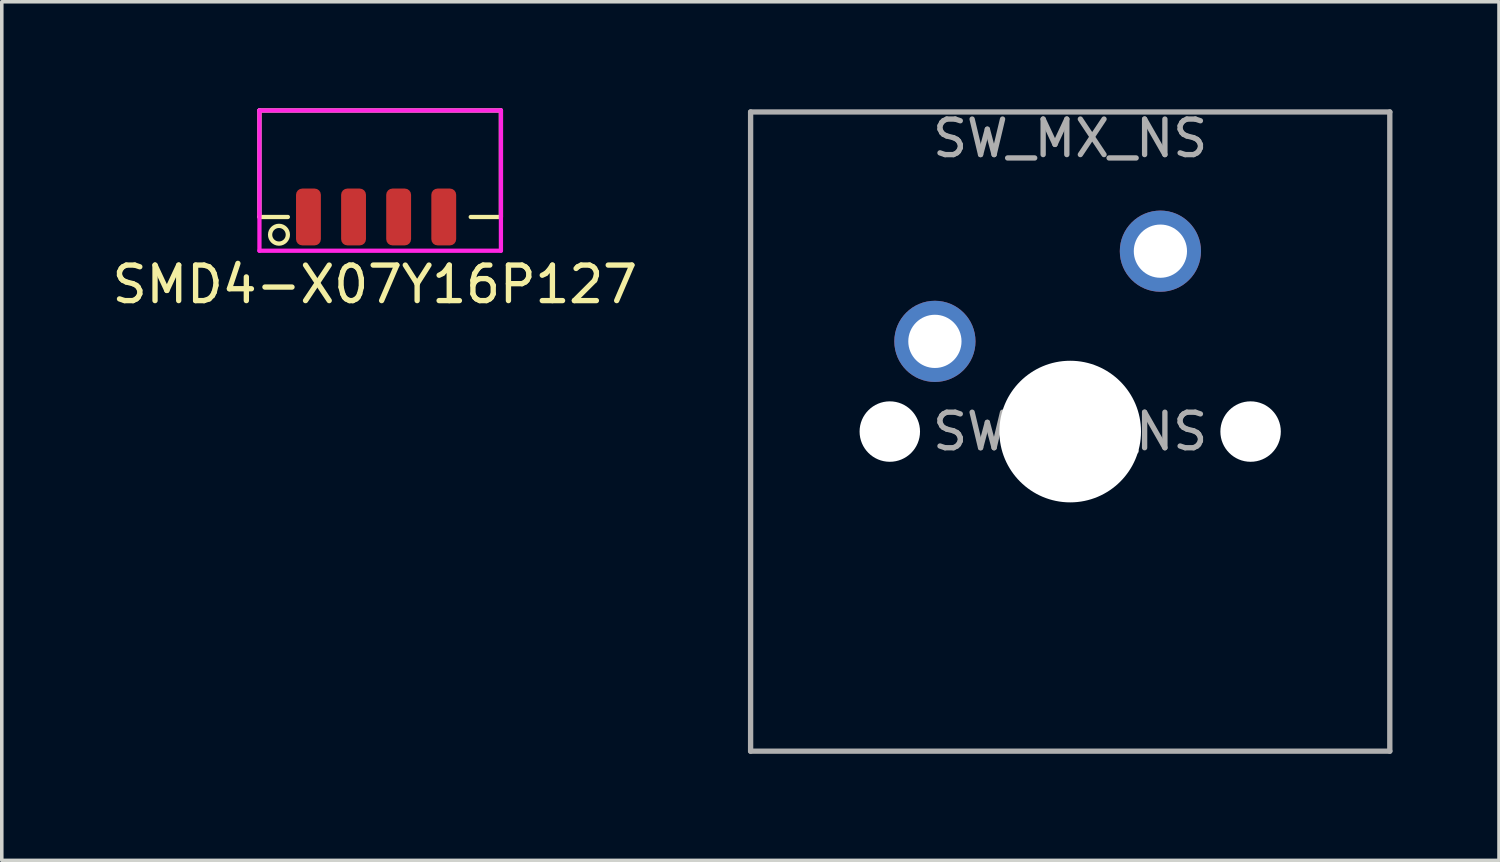
<source format=kicad_pcb>
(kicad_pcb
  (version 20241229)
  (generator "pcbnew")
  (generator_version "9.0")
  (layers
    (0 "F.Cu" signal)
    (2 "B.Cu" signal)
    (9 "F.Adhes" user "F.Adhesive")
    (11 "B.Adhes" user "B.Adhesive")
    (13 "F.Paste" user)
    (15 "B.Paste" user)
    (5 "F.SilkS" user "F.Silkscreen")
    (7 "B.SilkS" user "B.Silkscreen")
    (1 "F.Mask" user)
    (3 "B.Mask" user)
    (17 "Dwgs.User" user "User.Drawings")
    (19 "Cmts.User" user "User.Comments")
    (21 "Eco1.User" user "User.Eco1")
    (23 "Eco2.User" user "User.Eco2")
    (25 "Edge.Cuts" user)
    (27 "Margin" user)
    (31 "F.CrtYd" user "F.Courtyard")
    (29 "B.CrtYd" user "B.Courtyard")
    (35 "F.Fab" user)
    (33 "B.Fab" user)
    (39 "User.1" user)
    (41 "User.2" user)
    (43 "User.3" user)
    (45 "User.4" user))
  (footprint "SW_MX_NS"
    (layer "F.Cu")
    (at 27.087 9.103)
    (property "Reference" "SW_MX_NS" (at 0 -8.255 0) (layer "F.Fab") (effects (font (size 1 1) (thickness 0.15))))
    (attr through_hole)
    (fp_line (start -6.9 6.9) (end -6.9 -6.9) (stroke (width 0.15) (type solid)) (layer "Eco2.User"))
    (fp_line (start -6.9 6.9) (end 6.9 6.9) (stroke (width 0.15) (type solid)) (layer "Eco2.User"))
    (fp_line (start 6.9 -6.9) (end -6.9 -6.9) (stroke (width 0.15) (type solid)) (layer "Eco2.User"))
    (fp_line (start 6.9 -6.9) (end 6.9 6.9) (stroke (width 0.15) (type solid)) (layer "Eco2.User"))
    (fp_line (start -9 -9) (end 9 -9) (stroke (width 0.15) (type solid)) (layer "F.Fab"))
    (fp_line (start -9 9) (end -9 -9) (stroke (width 0.15) (type solid)) (layer "F.Fab"))
    (fp_line (start 9 -9) (end 9 9) (stroke (width 0.15) (type solid)) (layer "F.Fab"))
    (fp_line (start 9 9) (end -9 9) (stroke (width 0.15) (type solid)) (layer "F.Fab"))
    (fp_text user "${REFERENCE}" (at 0 0 0) (layer "F.Fab") (effects (font (size 1 1) (thickness 0.15))))
    (pad "" np_thru_hole circle (at -5.08 0) (size 1.702 1.702) (drill 1.702) (layers "*.Cu" "*.Mask"))
    (pad "" np_thru_hole circle (at 0 0) (size 3.988 3.988) (drill 3.988) (layers "*.Cu" "*.Mask"))
    (pad "" np_thru_hole circle (at 5.08 0) (size 1.702 1.702) (drill 1.702) (layers "*.Cu" "*.Mask"))
    (pad "1" thru_hole circle (at 2.54 -5.08) (size 2.286 2.286) (drill 1.499) (layers "*.Cu" "*.Mask"))
    (pad "2" thru_hole circle (at -3.81 -2.54) (size 2.286 2.286) (drill 1.499) (layers "*.Cu" "*.Mask")))
  (footprint "SMD4-X07Y16P127"
    (layer "F.Cu")
    (at 7.556 3.06)
    (property "Reference" "SMD4-X07Y16P127" (at -0.05 1.9 0) (layer "F.SilkS") (effects (font (size 1 1) (thickness 0.15))))
    (attr through_hole)
    (fp_line (start -3.3 -3) (end 3.5 -3) (stroke (width 0.12) (type solid)) (layer "F.SilkS"))
    (fp_line (start -3.3 0) (end -3.3 -3) (stroke (width 0.12) (type solid)) (layer "F.SilkS"))
    (fp_line (start -2.5 0) (end -3.3 0) (stroke (width 0.12) (type solid)) (layer "F.SilkS"))
    (fp_line (start 3.5 -3) (end 3.5 0) (stroke (width 0.12) (type solid)) (layer "F.SilkS"))
    (fp_line (start 3.5 0) (end 2.65 0) (stroke (width 0.12) (type solid)) (layer "F.SilkS"))
    (fp_circle (center -2.75 0.5) (end -2.5 0.5) (stroke (width 0.12) (type solid)) (fill no) (layer "F.SilkS"))
    (fp_line (start -3.3 -3) (end 3.5 -3) (stroke (width 0.12) (type solid)) (layer "F.CrtYd"))
    (fp_line (start -3.3 -0.1) (end -3.3 -3) (stroke (width 0.12) (type solid)) (layer "F.CrtYd"))
    (fp_line (start -3.3 0.95) (end -3.3 -0.1) (stroke (width 0.12) (type solid)) (layer "F.CrtYd"))
    (fp_line (start 3.5 -3) (end 3.5 0.95) (stroke (width 0.12) (type solid)) (layer "F.CrtYd"))
    (fp_line (start 3.5 0.95) (end -3.3 0.95) (stroke (width 0.12) (type solid)) (layer "F.CrtYd"))
    (pad "1" smd roundrect (at -1.92 0) (size 0.7 1.6) (layers "F.Cu" "F.Mask" "F.Paste") (roundrect_rratio 0.25))
    (pad "2" smd roundrect (at -0.65 0) (size 0.7 1.6) (layers "F.Cu" "F.Mask" "F.Paste") (roundrect_rratio 0.25))
    (pad "3" smd roundrect (at 0.62 0) (size 0.7 1.6) (layers "F.Cu" "F.Mask" "F.Paste") (roundrect_rratio 0.25))
    (pad "4" smd roundrect (at 1.89 0) (size 0.7 1.6) (layers "F.Cu" "F.Mask" "F.Paste") (roundrect_rratio 0.25)))
  (gr_rect
    (start -3 -3)
    (end 39.162 21.178)
    (stroke (width 0.1) (type default))
    (fill no)
    (layer "Edge.Cuts")))
</source>
